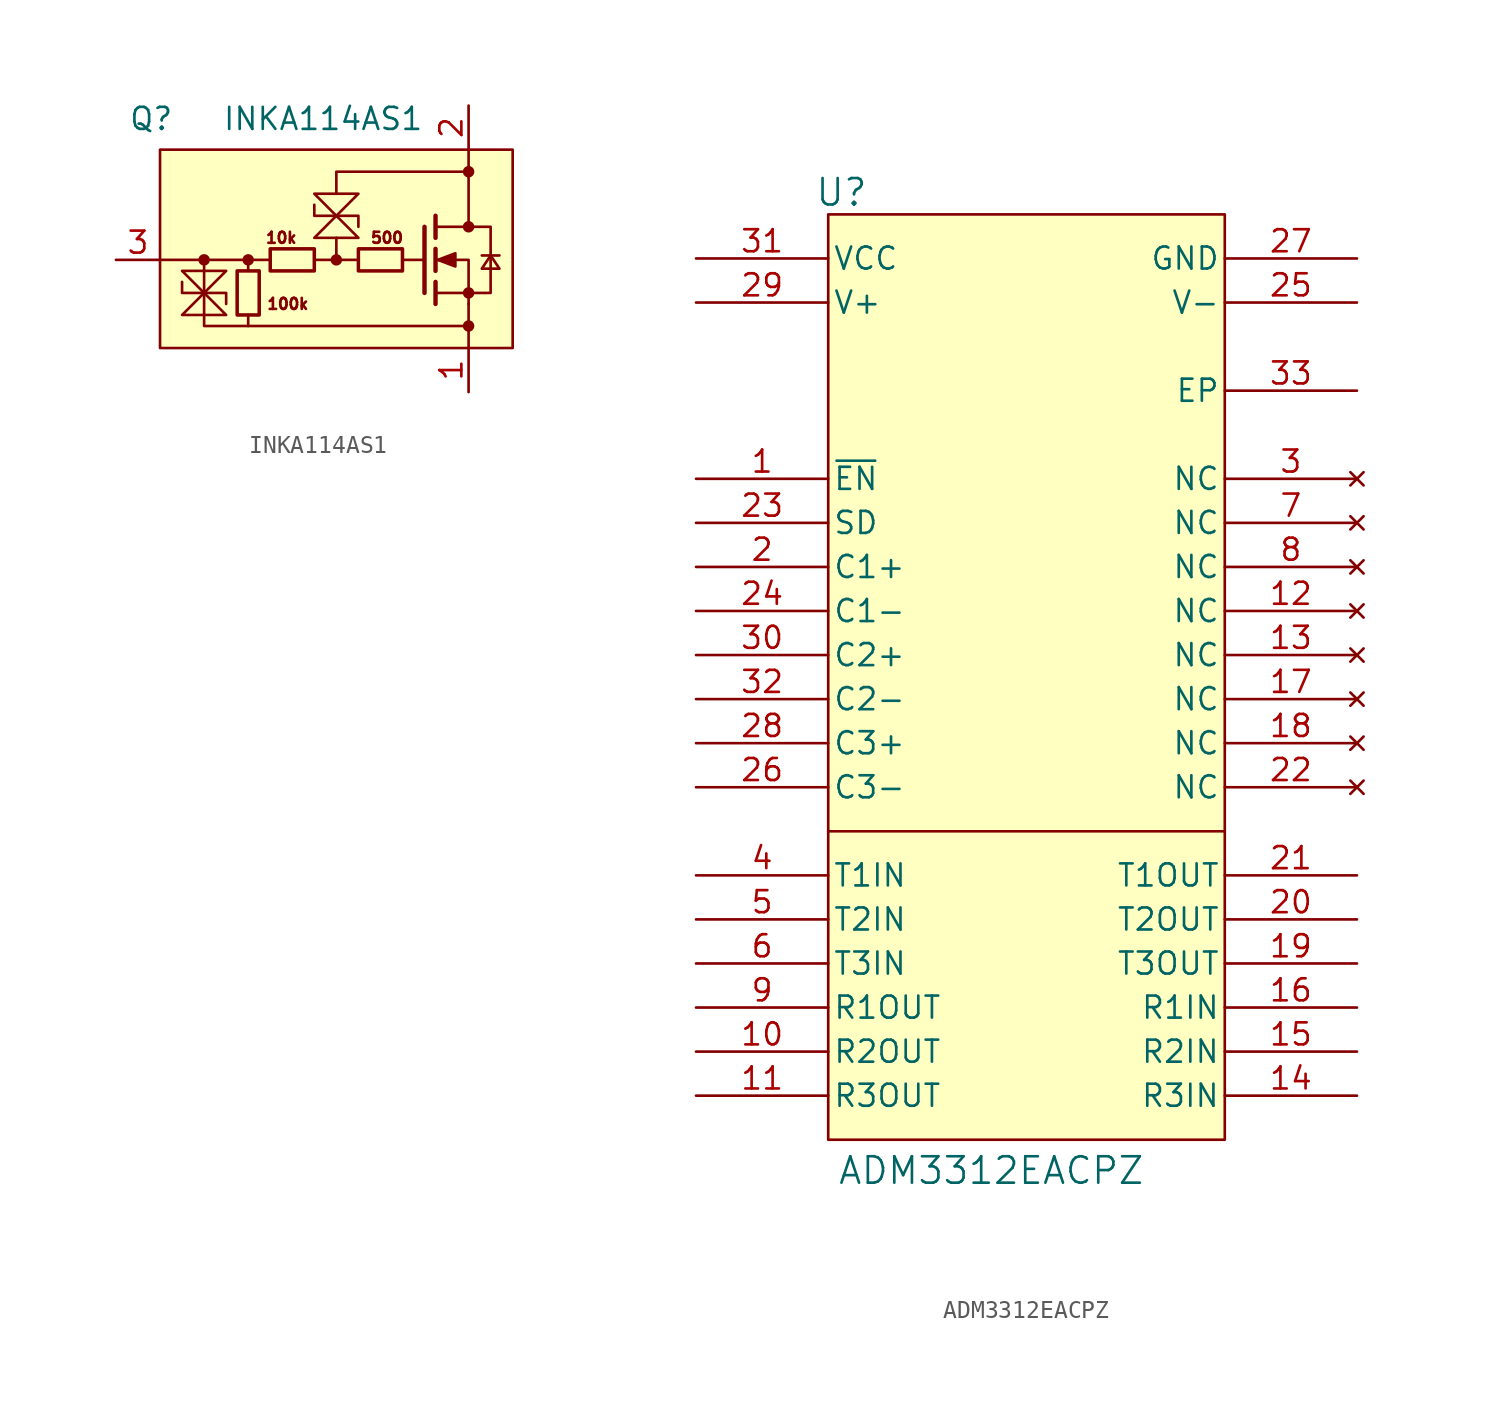
<source format=kicad_sym>
(kicad_symbol_lib
  (version 20231120)
  (generator "kicad_symbol_editor")
  (generator_version "8.0")
  (symbol " INKA114AS1"
    (property "Reference" "Q"
      (at 2.032 8.128 0)
      (effects (font (size 1.27 1.27))))
    (property "Value" " INKA114AS1"
      (at 11.938 8.128 0)
      (effects (font (size 1.27 1.27))))
    (symbol " INKA114AS1_0_1"
      (polyline (pts (xy 7.62 -3.175) (xy 7.62 -3.81)) (stroke (width 0) (type default)) (fill (type none)))
      (polyline (pts (xy 12.7 1.27) (xy 12.7 0)) (stroke (width 0) (type default)) (fill (type none)))
      (polyline (pts (xy 13.97 0) (xy 11.43 0)) (stroke (width 0) (type default)) (fill (type none)))
      (polyline (pts (xy 17.78 0) (xy 16.51 0)) (stroke (width 0) (type default)) (fill (type none)))
      (polyline (pts (xy 17.78 1.905) (xy 17.78 -1.905)) (stroke (width 0.254) (type default)) (fill (type none)))
      (polyline (pts (xy 18.415 -1.27) (xy 18.415 -2.54)) (stroke (width 0.254) (type default)) (fill (type none)))
      (polyline (pts (xy 18.415 0.635) (xy 18.415 -0.635)) (stroke (width 0.254) (type default)) (fill (type none)))
      (polyline (pts (xy 18.415 2.54) (xy 18.415 1.27)) (stroke (width 0.254) (type default)) (fill (type none)))
      (polyline (pts (xy 20.32 -2.54) (xy 20.32 0) (xy 18.415 0)) (stroke (width 0) (type default)) (fill (type none)))
      (polyline (pts (xy 3.81 -1.27) (xy 3.81 -1.905) (xy 6.35 -1.905) (xy 6.35 -2.54)) (stroke (width 0) (type default)) (fill (type none)))
      (polyline (pts (xy 5.08 -1.905) (xy 3.81 -3.175) (xy 6.35 -3.175) (xy 5.08 -1.905)) (stroke (width 0) (type default)) (fill (type none)))
      (polyline (pts (xy 5.08 -1.905) (xy 6.35 -0.635) (xy 3.81 -0.635) (xy 5.08 -1.905)) (stroke (width 0) (type default)) (fill (type none)))
      (polyline (pts (xy 5.08 0) (xy 5.08 -3.81) (xy 20.32 -3.81) (xy 20.32 -2.54)) (stroke (width 0) (type default)) (fill (type none)))
      (polyline (pts (xy 11.43 3.175) (xy 11.43 2.54) (xy 13.97 2.54) (xy 13.97 1.905)) (stroke (width 0) (type default)) (fill (type none)))
      (polyline (pts (xy 12.7 2.54) (xy 11.43 1.27) (xy 13.97 1.27) (xy 12.7 2.54)) (stroke (width 0) (type default)) (fill (type none)))
      (polyline (pts (xy 12.7 2.54) (xy 13.97 3.81) (xy 11.43 3.81) (xy 12.7 2.54)) (stroke (width 0) (type default)) (fill (type none)))
      (polyline (pts (xy 12.7 3.81) (xy 12.7 5.08) (xy 20.32 5.08) (xy 20.32 1.905)) (stroke (width 0) (type default)) (fill (type none)))
      (polyline (pts (xy 18.415 -1.905) (xy 21.59 -1.905) (xy 21.59 1.905) (xy 18.415 1.905)) (stroke (width 0) (type default)) (fill (type none)))
      (polyline (pts (xy 18.542 0) (xy 19.558 0.381) (xy 19.558 -0.381) (xy 18.542 0)) (stroke (width 0) (type default)) (fill (type outline)))
      (polyline (pts (xy 21.59 0.254) (xy 21.082 -0.508) (xy 22.098 -0.508) (xy 21.59 0.254)) (stroke (width 0) (type default)) (fill (type none)))
      (circle (center 5.08 0) (radius 0.254) (stroke (width 0) (type default)) (fill (type outline)))
      (rectangle (start 6.985 -3.175) (end 8.255 -0.635) (stroke (width 0.203) (type default)) (fill (type none)))
      (circle (center 7.62 0) (radius 0.254) (stroke (width 0) (type default)) (fill (type outline)))
      (rectangle (start 8.89 0.635) (end 11.43 -0.635) (stroke (width 0.203) (type default)) (fill (type none)))
      (circle (center 12.7 0) (radius 0.254) (stroke (width 0) (type default)) (fill (type outline)))
      (rectangle (start 13.97 0.635) (end 16.51 -0.635) (stroke (width 0.203) (type default)) (fill (type none)))
      (circle (center 20.32 -3.81) (radius 0.254) (stroke (width 0) (type default)) (fill (type outline)))
      (circle (center 20.32 -1.905) (radius 0.254) (stroke (width 0) (type default)) (fill (type outline)))
      (circle (center 20.32 1.905) (radius 0.254) (stroke (width 0) (type default)) (fill (type outline)))
      (circle (center 20.32 5.08) (radius 0.254) (stroke (width 0) (type default)) (fill (type outline))))
    (symbol " INKA114AS1_1_1"
      (polyline (pts (xy 5.08 0) (xy 2.54 0)) (stroke (width 0) (type default)) (fill (type none)))
      (polyline (pts (xy 7.62 -0.635) (xy 7.62 0)) (stroke (width 0) (type default)) (fill (type none)))
      (polyline (pts (xy 8.89 0) (xy 5.08 0)) (stroke (width 0) (type default)) (fill (type none)))
      (polyline (pts (xy 20.32 -3.81) (xy 20.32 -5.08)) (stroke (width 0) (type default)) (fill (type none)))
      (polyline (pts (xy 20.32 5.08) (xy 20.32 6.35)) (stroke (width 0) (type default)) (fill (type none)))
      (polyline (pts (xy 21.082 0.254) (xy 22.098 0.254)) (stroke (width 0) (type default)) (fill (type none)))
      (rectangle (start 2.54 6.35) (end 22.86 -5.08) (stroke (width 0) (type default)) (fill (type background)))
      (text "100k" (at 9.906 -2.54 0) (effects (font (size 0.635 0.635))))
      (text "10k" (at 9.525 1.27 0) (effects (font (size 0.635 0.635))))
      (text "500" (at 15.621 1.27 0) (effects (font (size 0.635 0.635))))
      (pin passive line (at 20.32 -7.62 90) (length 2.54) (name "" (effects (font (size 1.27 1.27)))) (number "1" (effects (font (size 1.27 1.27)))))
      (pin passive line (at 20.32 8.89 270) (length 2.54) (name "" (effects (font (size 1.27 1.27)))) (number "2" (effects (font (size 1.27 1.27)))))
      (pin passive line (at 0 0 0) (length 2.54) (name "" (effects (font (size 1.27 1.27)))) (number "3" (effects (font (size 1.27 1.27)))))))
  (symbol "ADM3312EACPZ"
    (pin_names
      (offset 0.254))
    (property "Reference" "U"
      (at 8.382 3.81 0)
      (effects (font (size 1.524 1.524))))
    (property "Value" "ADM3312EACPZ"
      (at 17.018 -52.578 0)
      (effects (font (size 1.524 1.524))))
    (symbol "ADM3312EACPZ_0_1"
      (pin unspecified line (at 0 -45.72 0) (length 7.62) (name "R2OUT" (effects (font (size 1.27 1.27)))) (number "10" (effects (font (size 1.27 1.27)))))
      (pin unspecified line (at 0 -48.26 0) (length 7.62) (name "R3OUT" (effects (font (size 1.27 1.27)))) (number "11" (effects (font (size 1.27 1.27)))))
      (pin no_connect line (at 38.1 -20.32 180) (length 7.62) (name "NC" (effects (font (size 1.27 1.27)))) (number "12" (effects (font (size 1.27 1.27)))))
      (pin no_connect line (at 38.1 -22.86 180) (length 7.62) (name "NC" (effects (font (size 1.27 1.27)))) (number "13" (effects (font (size 1.27 1.27)))))
      (pin unspecified line (at 38.1 -48.26 180) (length 7.62) (name "R3IN" (effects (font (size 1.27 1.27)))) (number "14" (effects (font (size 1.27 1.27)))))
      (pin unspecified line (at 38.1 -45.72 180) (length 7.62) (name "R2IN" (effects (font (size 1.27 1.27)))) (number "15" (effects (font (size 1.27 1.27)))))
      (pin unspecified line (at 38.1 -43.18 180) (length 7.62) (name "R1IN" (effects (font (size 1.27 1.27)))) (number "16" (effects (font (size 1.27 1.27)))))
      (pin no_connect line (at 38.1 -25.4 180) (length 7.62) (name "NC" (effects (font (size 1.27 1.27)))) (number "17" (effects (font (size 1.27 1.27)))))
      (pin no_connect line (at 38.1 -27.94 180) (length 7.62) (name "NC" (effects (font (size 1.27 1.27)))) (number "18" (effects (font (size 1.27 1.27)))))
      (pin unspecified line (at 38.1 -40.64 180) (length 7.62) (name "T3OUT" (effects (font (size 1.27 1.27)))) (number "19" (effects (font (size 1.27 1.27)))))
      (pin unspecified line (at 0 -17.78 0) (length 7.62) (name "C1+" (effects (font (size 1.27 1.27)))) (number "2" (effects (font (size 1.27 1.27)))))
      (pin unspecified line (at 38.1 -38.1 180) (length 7.62) (name "T2OUT" (effects (font (size 1.27 1.27)))) (number "20" (effects (font (size 1.27 1.27)))))
      (pin unspecified line (at 38.1 -35.56 180) (length 7.62) (name "T1OUT" (effects (font (size 1.27 1.27)))) (number "21" (effects (font (size 1.27 1.27)))))
      (pin no_connect line (at 38.1 -30.48 180) (length 7.62) (name "NC" (effects (font (size 1.27 1.27)))) (number "22" (effects (font (size 1.27 1.27)))))
      (pin unspecified line (at 0 -15.24 0) (length 7.62) (name "SD" (effects (font (size 1.27 1.27)))) (number "23" (effects (font (size 1.27 1.27)))))
      (pin unspecified line (at 0 -20.32 0) (length 7.62) (name "C1-" (effects (font (size 1.27 1.27)))) (number "24" (effects (font (size 1.27 1.27)))))
      (pin power_in line (at 38.1 -2.54 180) (length 7.62) (name "V-" (effects (font (size 1.27 1.27)))) (number "25" (effects (font (size 1.27 1.27)))))
      (pin unspecified line (at 0 -30.48 0) (length 7.62) (name "C3-" (effects (font (size 1.27 1.27)))) (number "26" (effects (font (size 1.27 1.27)))))
      (pin unspecified line (at 38.1 0 180) (length 7.62) (name "GND" (effects (font (size 1.27 1.27)))) (number "27" (effects (font (size 1.27 1.27)))))
      (pin unspecified line (at 0 -27.94 0) (length 7.62) (name "C3+" (effects (font (size 1.27 1.27)))) (number "28" (effects (font (size 1.27 1.27)))))
      (pin power_in line (at 0 -2.54 0) (length 7.62) (name "V+" (effects (font (size 1.27 1.27)))) (number "29" (effects (font (size 1.27 1.27)))))
      (pin no_connect line (at 38.1 -12.7 180) (length 7.62) (name "NC" (effects (font (size 1.27 1.27)))) (number "3" (effects (font (size 1.27 1.27)))))
      (pin unspecified line (at 0 -22.86 0) (length 7.62) (name "C2+" (effects (font (size 1.27 1.27)))) (number "30" (effects (font (size 1.27 1.27)))))
      (pin power_in line (at 0 0 0) (length 7.62) (name "VCC" (effects (font (size 1.27 1.27)))) (number "31" (effects (font (size 1.27 1.27)))))
      (pin unspecified line (at 0 -25.4 0) (length 7.62) (name "C2-" (effects (font (size 1.27 1.27)))) (number "32" (effects (font (size 1.27 1.27)))))
      (pin unspecified line (at 38.1 -7.62 180) (length 7.62) (name "EP" (effects (font (size 1.27 1.27)))) (number "33" (effects (font (size 1.27 1.27)))))
      (pin unspecified line (at 0 -35.56 0) (length 7.62) (name "T1IN" (effects (font (size 1.27 1.27)))) (number "4" (effects (font (size 1.27 1.27)))))
      (pin unspecified line (at 0 -38.1 0) (length 7.62) (name "T2IN" (effects (font (size 1.27 1.27)))) (number "5" (effects (font (size 1.27 1.27)))))
      (pin unspecified line (at 0 -40.64 0) (length 7.62) (name "T3IN" (effects (font (size 1.27 1.27)))) (number "6" (effects (font (size 1.27 1.27)))))
      (pin no_connect line (at 38.1 -15.24 180) (length 7.62) (name "NC" (effects (font (size 1.27 1.27)))) (number "7" (effects (font (size 1.27 1.27)))))
      (pin no_connect line (at 38.1 -17.78 180) (length 7.62) (name "NC" (effects (font (size 1.27 1.27)))) (number "8" (effects (font (size 1.27 1.27)))))
      (pin unspecified line (at 0 -43.18 0) (length 7.62) (name "R1OUT" (effects (font (size 1.27 1.27)))) (number "9" (effects (font (size 1.27 1.27))))))
    (symbol "ADM3312EACPZ_1_1"
      (polyline (pts (xy 30.48 -33.02) (xy 7.62 -33.02)) (stroke (width 0) (type default)) (fill (type none)))
      (rectangle (start 7.62 2.54) (end 30.48 -50.8) (stroke (width 0) (type default)) (fill (type background)))
      (pin unspecified line (at 0 -12.7 0) (length 7.62) (name "~{EN}" (effects (font (size 1.27 1.27)))) (number "1" (effects (font (size 1.27 1.27))))))))
</source>
